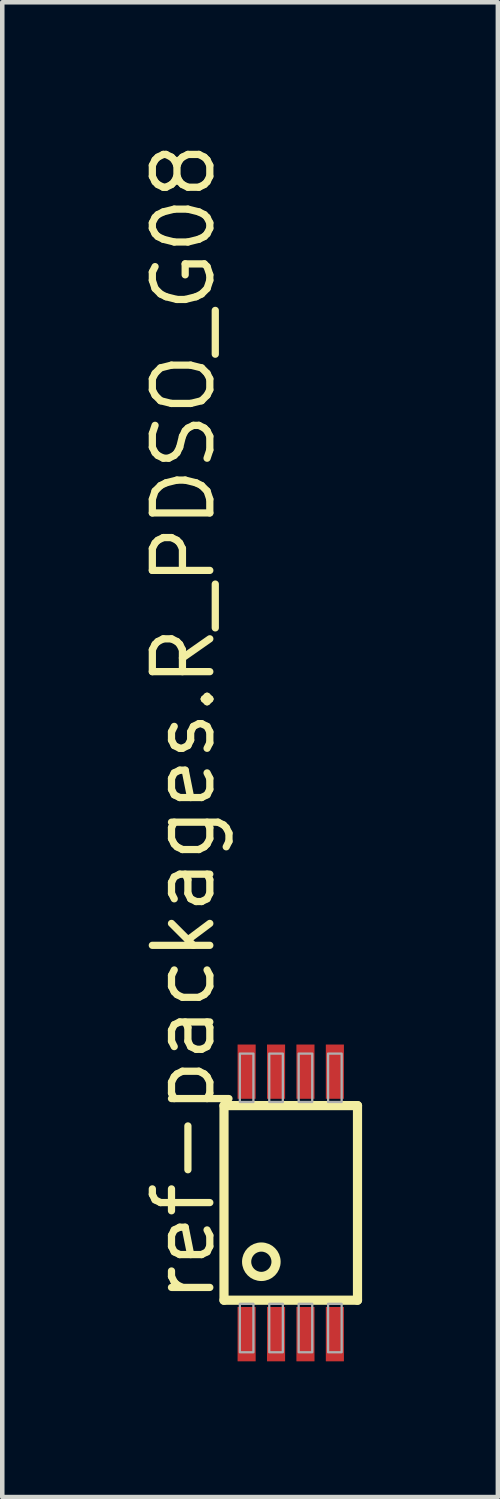
<source format=kicad_pcb>
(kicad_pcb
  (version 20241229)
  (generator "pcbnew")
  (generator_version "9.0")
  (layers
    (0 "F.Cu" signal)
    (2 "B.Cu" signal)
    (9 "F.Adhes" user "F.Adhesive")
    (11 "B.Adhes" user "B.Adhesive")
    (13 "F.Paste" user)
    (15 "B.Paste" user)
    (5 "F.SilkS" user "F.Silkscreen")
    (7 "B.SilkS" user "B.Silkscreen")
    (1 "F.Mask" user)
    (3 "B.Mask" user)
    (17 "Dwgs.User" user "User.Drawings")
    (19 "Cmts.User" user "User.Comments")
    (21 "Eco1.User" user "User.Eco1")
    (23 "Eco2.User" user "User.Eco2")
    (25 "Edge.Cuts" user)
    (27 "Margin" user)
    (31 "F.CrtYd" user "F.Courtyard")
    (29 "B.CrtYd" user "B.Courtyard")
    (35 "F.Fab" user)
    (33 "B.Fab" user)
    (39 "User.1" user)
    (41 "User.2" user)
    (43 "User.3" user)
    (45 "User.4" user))
  (footprint "ref-packages.R_PDSO_G08"
    (layer "F.Cu")
    (at 3.375 23.532)
    (property "Reference" "ref-packages.R_PDSO_G08" (at -1.625 2.275 90) (layer "F.SilkS") (effects (font (size 1.27 1.27) (thickness 0.16)) (justify left bottom)))
    (attr smd)
    (fp_line (start -1.475 -2.15) (end 1.475 -2.15) (stroke (width 0.203) (type default)) (layer "F.SilkS"))
    (fp_line (start -1.475 2.15) (end -1.475 -2.15) (stroke (width 0.203) (type default)) (layer "F.SilkS"))
    (fp_line (start 1.475 -2.15) (end 1.475 2.15) (stroke (width 0.203) (type default)) (layer "F.SilkS"))
    (fp_line (start 1.475 2.15) (end -1.475 2.15) (stroke (width 0.203) (type default)) (layer "F.SilkS"))
    (fp_circle (center -0.65 1.3) (end -0.325 1.3) (stroke (width 0.203) (type default)) (fill no) (layer "F.SilkS"))
    (fp_rect (start -1.125 -2.23) (end -0.825 -3.3) (stroke (width 0.05) (type default)) (fill no) (layer "F.Fab"))
    (fp_rect (start -1.125 3.3) (end -0.825 2.23) (stroke (width 0.05) (type default)) (fill no) (layer "F.Fab"))
    (fp_rect (start -0.475 -2.23) (end -0.175 -3.3) (stroke (width 0.05) (type default)) (fill no) (layer "F.Fab"))
    (fp_rect (start -0.475 3.3) (end -0.175 2.23) (stroke (width 0.05) (type default)) (fill no) (layer "F.Fab"))
    (fp_rect (start 0.175 -2.23) (end 0.475 -3.3) (stroke (width 0.05) (type default)) (fill no) (layer "F.Fab"))
    (fp_rect (start 0.175 3.3) (end 0.475 2.23) (stroke (width 0.05) (type default)) (fill no) (layer "F.Fab"))
    (fp_rect (start 0.825 -2.23) (end 1.125 -3.3) (stroke (width 0.05) (type default)) (fill no) (layer "F.Fab"))
    (fp_rect (start 0.825 3.3) (end 1.125 2.23) (stroke (width 0.05) (type default)) (fill no) (layer "F.Fab"))
    (pad "1" smd roundrect (at -0.975 2.9) (size 0.4 1.2) (layers "F.Cu" "F.Mask" "F.Paste") (roundrect_rratio 0.01))
    (pad "2" smd roundrect (at -0.325 2.9) (size 0.4 1.2) (layers "F.Cu" "F.Mask" "F.Paste") (roundrect_rratio 0.01))
    (pad "3" smd roundrect (at 0.325 2.9) (size 0.4 1.2) (layers "F.Cu" "F.Mask" "F.Paste") (roundrect_rratio 0.01))
    (pad "4" smd roundrect (at 0.975 2.9) (size 0.4 1.2) (layers "F.Cu" "F.Mask" "F.Paste") (roundrect_rratio 0.01))
    (pad "5" smd roundrect (at 0.975 -2.9 180) (size 0.4 1.2) (layers "F.Cu" "F.Mask" "F.Paste") (roundrect_rratio 0.01))
    (pad "6" smd roundrect (at 0.325 -2.9 180) (size 0.4 1.2) (layers "F.Cu" "F.Mask" "F.Paste") (roundrect_rratio 0.01))
    (pad "7" smd roundrect (at -0.325 -2.9 180) (size 0.4 1.2) (layers "F.Cu" "F.Mask" "F.Paste") (roundrect_rratio 0.01))
    (pad "8" smd roundrect (at -0.975 -2.9 180) (size 0.4 1.2) (layers "F.Cu" "F.Mask" "F.Paste") (roundrect_rratio 0.01)))
  (gr_rect
    (start -3 -3)
    (end 7.952 30.032)
    (stroke (width 0.1) (type default))
    (fill no)
    (layer "Edge.Cuts")))
</source>
